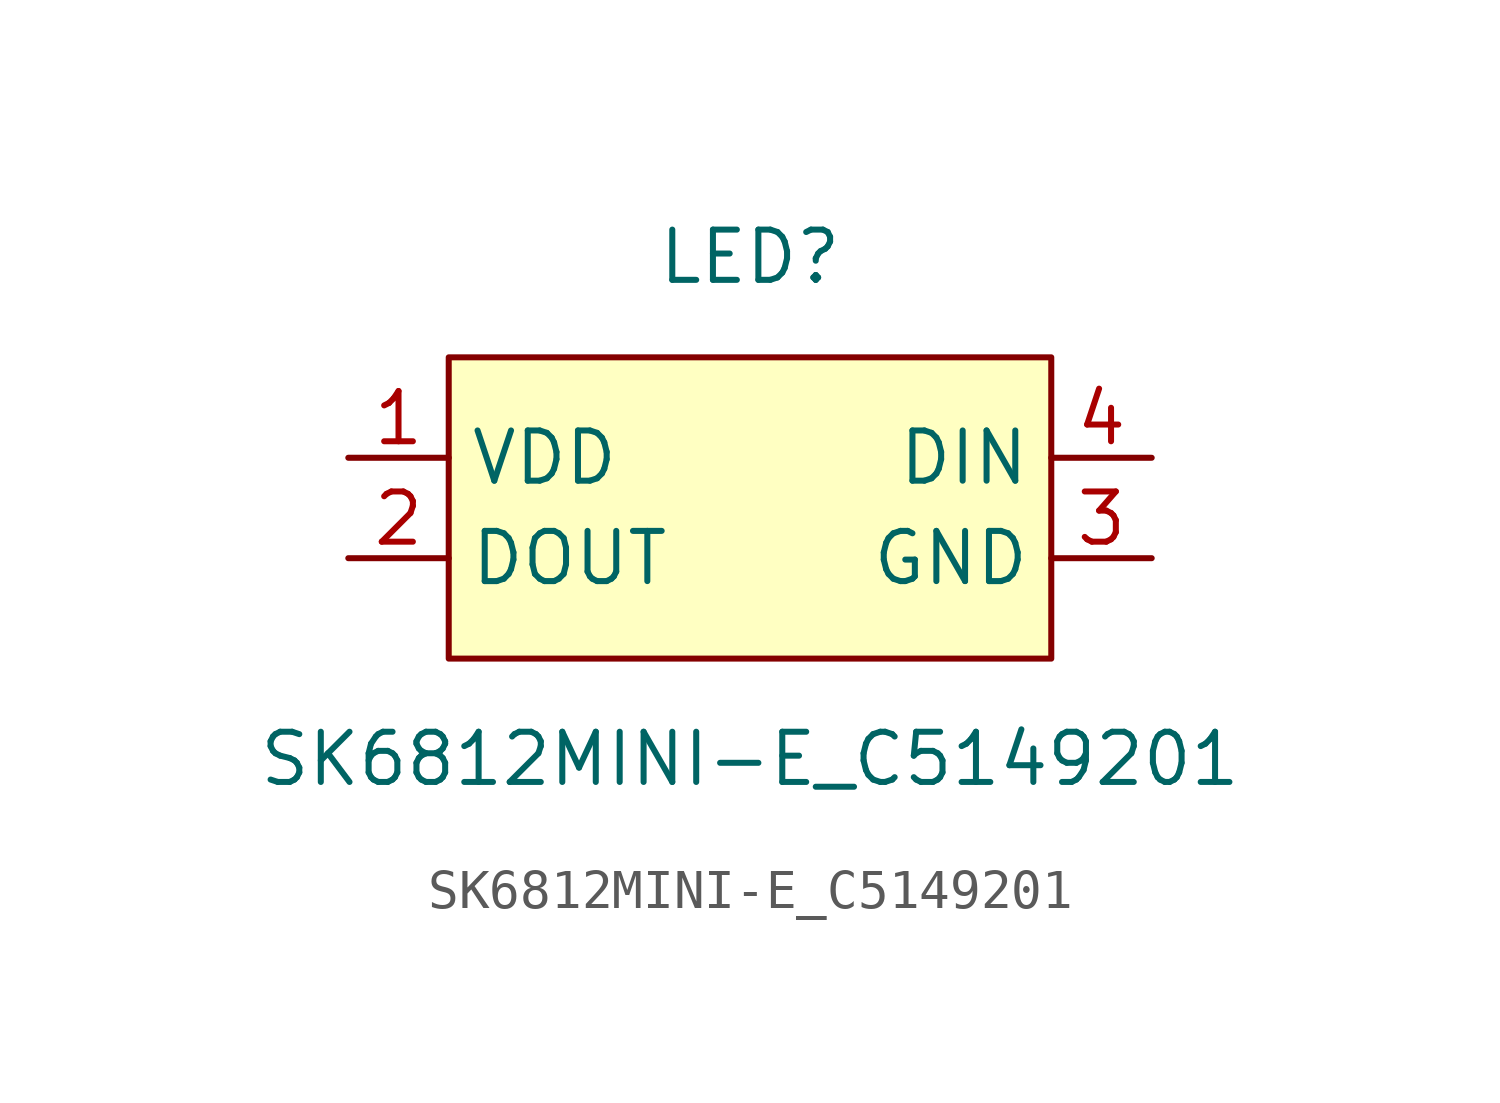
<source format=kicad_sym>
(kicad_symbol_lib
  (version 20211014)
  (generator https://github.com/uPesy/easyeda2kicad.py)
  (symbol "SK6812MINI-E_C5149201"
    (property "Reference" "LED"
      (at 0 6.35 0)
      (effects (font (size 1.27 1.27))))
    (property "Value" "SK6812MINI-E_C5149201"
      (at 0 -6.35 0)
      (effects (font (size 1.27 1.27))))
    (symbol "SK6812MINI-E_C5149201_0_1"
      (rectangle (start -7.62 3.81) (end 7.62 -3.81) (stroke (width 0) (type default) (color 0 0 0 0)) (fill (type background)))
      (pin unspecified line (at 10.16 -1.27 180) (length 2.54) (name "GND" (effects (font (size 1.27 1.27)))) (number "3" (effects (font (size 1.27 1.27)))))
      (pin unspecified line (at 10.16 1.27 180) (length 2.54) (name "DIN" (effects (font (size 1.27 1.27)))) (number "4" (effects (font (size 1.27 1.27)))))
      (pin unspecified line (at -10.16 1.27 0) (length 2.54) (name "VDD" (effects (font (size 1.27 1.27)))) (number "1" (effects (font (size 1.27 1.27)))))
      (pin unspecified line (at -10.16 -1.27 0) (length 2.54) (name "DOUT" (effects (font (size 1.27 1.27)))) (number "2" (effects (font (size 1.27 1.27))))))))
</source>
